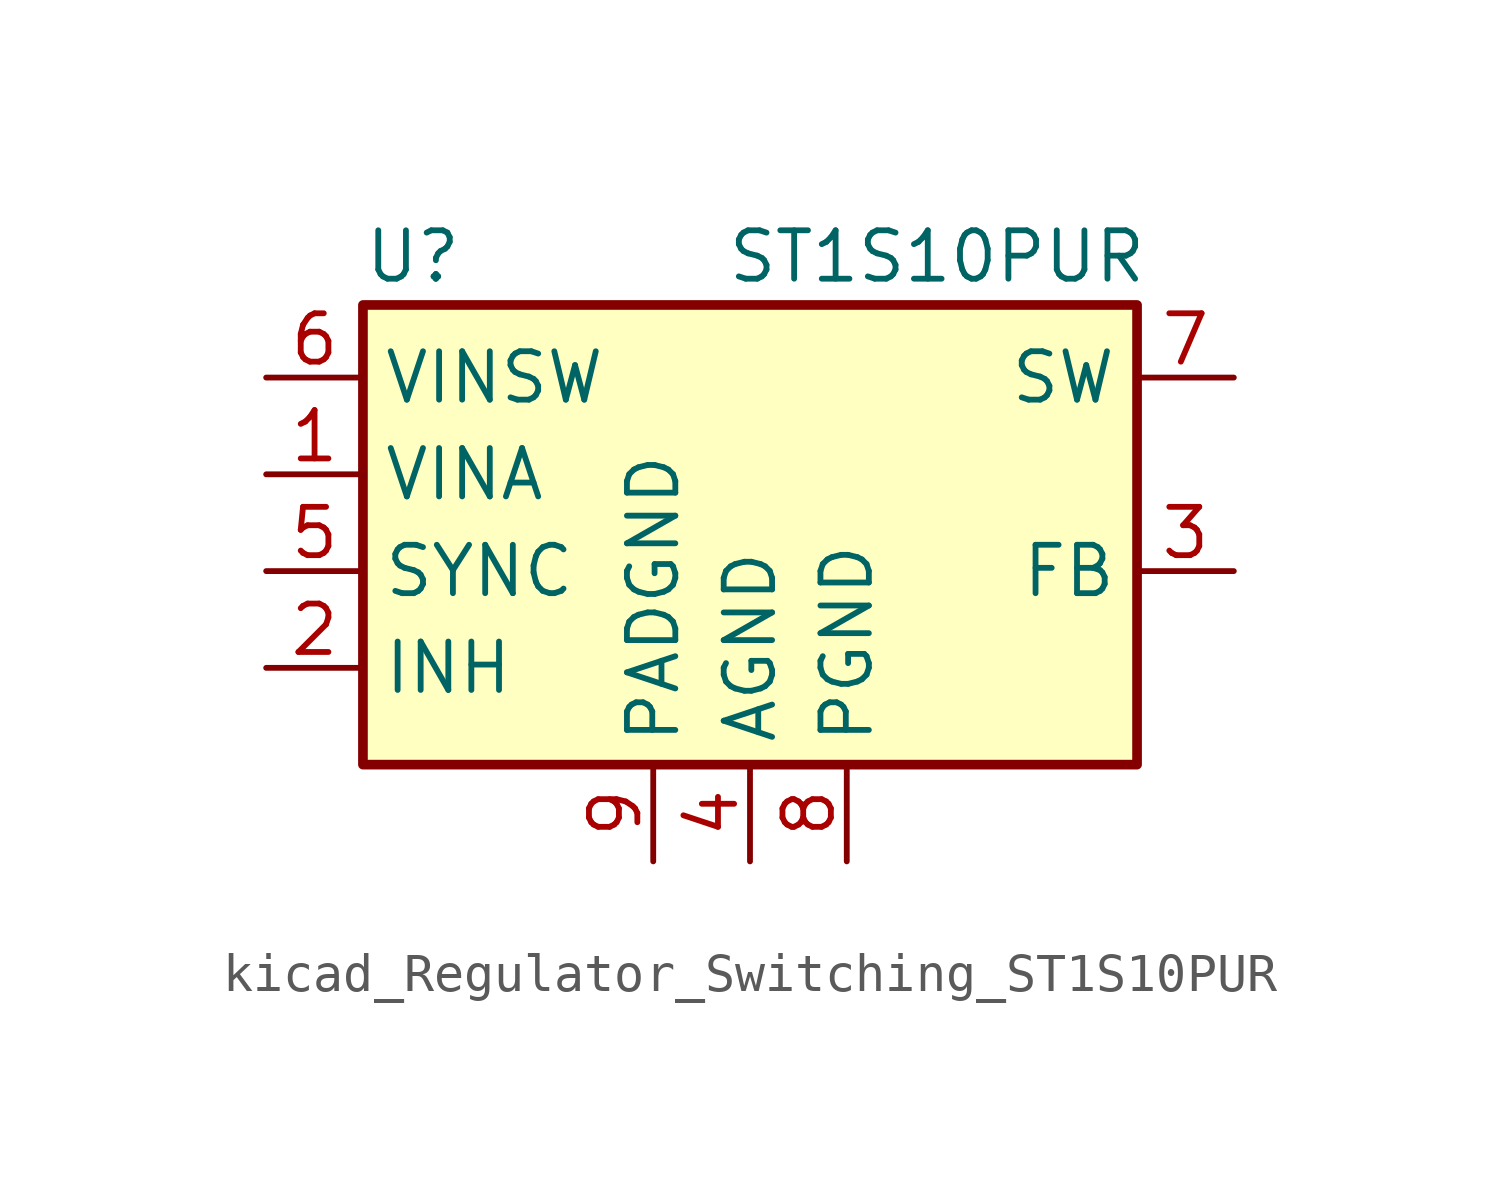
<source format=kicad_sym>
(kicad_symbol_lib
  (version 20220914)
  (generator kicad_symbol_editor)
  (symbol "kicad_Regulator_Switching_ST1S10PUR"
    (property "Reference" "U"
      (at -10.16 5.715 0)
      (effects (font (size 1.27 1.27)) (justify left)))
    (property "Value" "ST1S10PUR"
      (at -0.635 5.715 0)
      (effects (font (size 1.27 1.27)) (justify left)))
    (symbol "kicad_Regulator_Switching_ST1S10PUR_0_1"
      (rectangle (start 10.16 4.445) (end -10.16 -7.62) (stroke (width 0.254) (type default)) (fill (type background))))
    (symbol "kicad_Regulator_Switching_ST1S10PUR_1_1"
      (pin power_in line (at -12.7 0 0) (length 2.54) (name "VINA" (effects (font (size 1.27 1.27)))) (number "1" (effects (font (size 1.27 1.27)))))
      (pin input line (at -12.7 -5.08 0) (length 2.54) (name "INH" (effects (font (size 1.27 1.27)))) (number "2" (effects (font (size 1.27 1.27)))))
      (pin input line (at 12.7 -2.54 180) (length 2.54) (name "FB" (effects (font (size 1.27 1.27)))) (number "3" (effects (font (size 1.27 1.27)))))
      (pin power_in line (at 0 -10.16 90) (length 2.54) (name "AGND" (effects (font (size 1.27 1.27)))) (number "4" (effects (font (size 1.27 1.27)))))
      (pin input line (at -12.7 -2.54 0) (length 2.54) (name "SYNC" (effects (font (size 1.27 1.27)))) (number "5" (effects (font (size 1.27 1.27)))))
      (pin input line (at -12.7 2.54 0) (length 2.54) (name "VINSW" (effects (font (size 1.27 1.27)))) (number "6" (effects (font (size 1.27 1.27)))))
      (pin output line (at 12.7 2.54 180) (length 2.54) (name "SW" (effects (font (size 1.27 1.27)))) (number "7" (effects (font (size 1.27 1.27)))))
      (pin power_in line (at 2.54 -10.16 90) (length 2.54) (name "PGND" (effects (font (size 1.27 1.27)))) (number "8" (effects (font (size 1.27 1.27)))))
      (pin power_in line (at -2.54 -10.16 90) (length 2.54) (name "PADGND" (effects (font (size 1.27 1.27)))) (number "9" (effects (font (size 1.27 1.27))))))))
</source>
